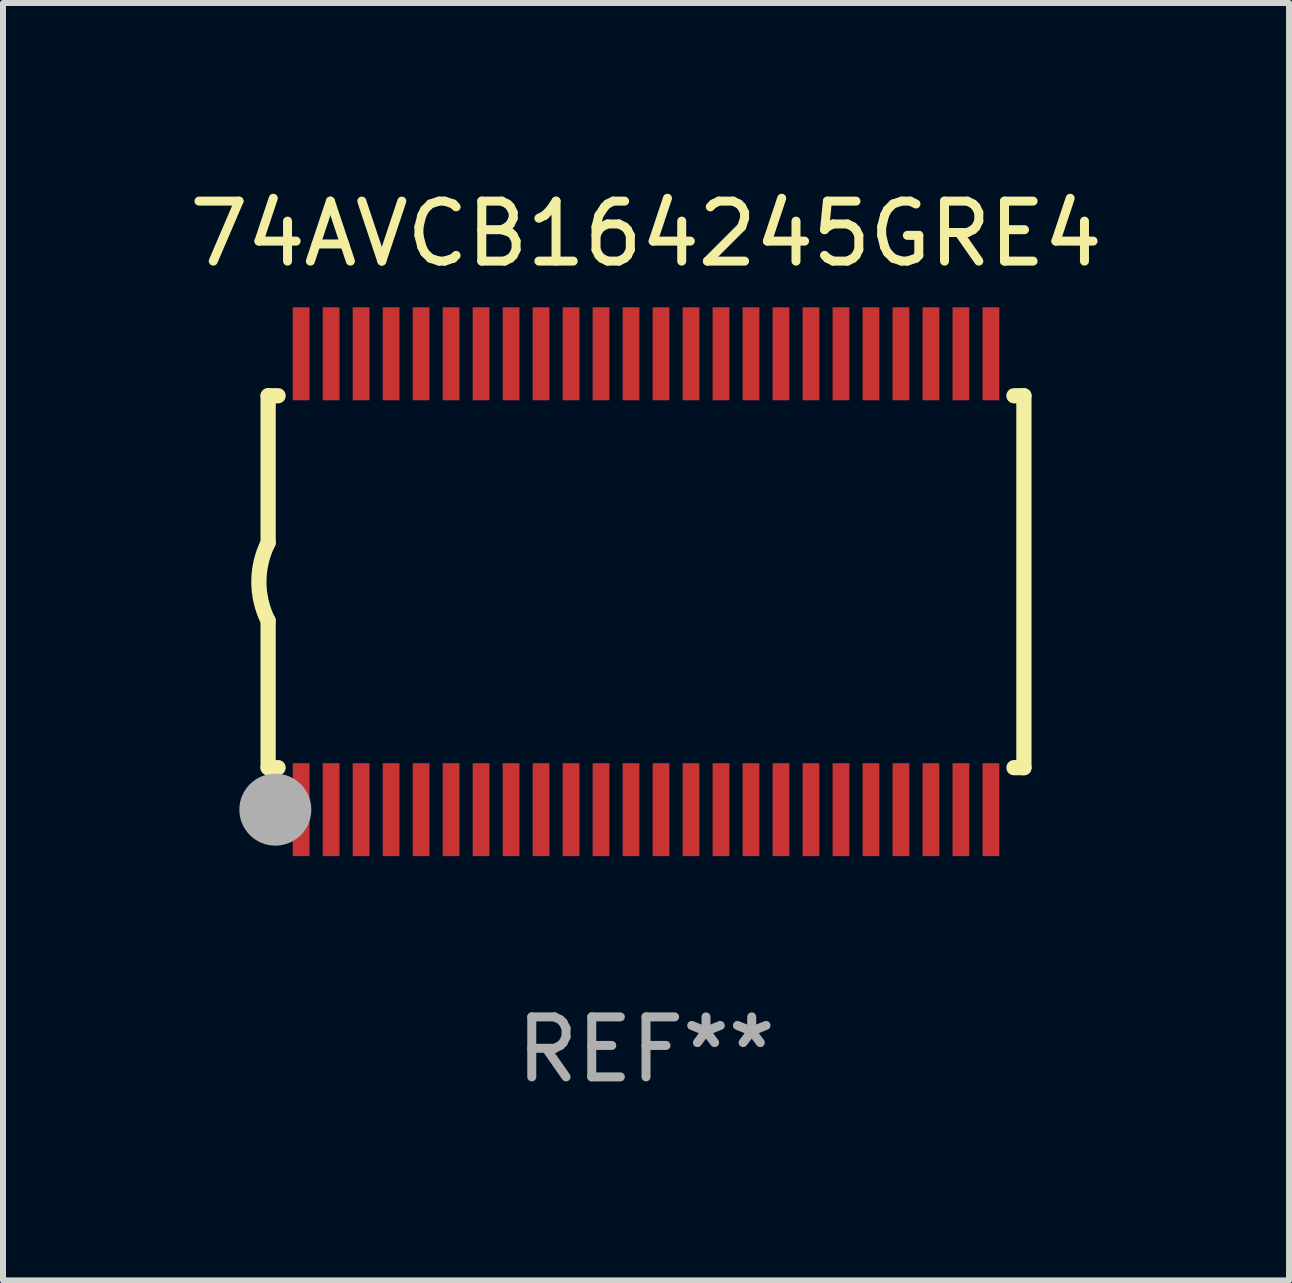
<source format=kicad_pcb>
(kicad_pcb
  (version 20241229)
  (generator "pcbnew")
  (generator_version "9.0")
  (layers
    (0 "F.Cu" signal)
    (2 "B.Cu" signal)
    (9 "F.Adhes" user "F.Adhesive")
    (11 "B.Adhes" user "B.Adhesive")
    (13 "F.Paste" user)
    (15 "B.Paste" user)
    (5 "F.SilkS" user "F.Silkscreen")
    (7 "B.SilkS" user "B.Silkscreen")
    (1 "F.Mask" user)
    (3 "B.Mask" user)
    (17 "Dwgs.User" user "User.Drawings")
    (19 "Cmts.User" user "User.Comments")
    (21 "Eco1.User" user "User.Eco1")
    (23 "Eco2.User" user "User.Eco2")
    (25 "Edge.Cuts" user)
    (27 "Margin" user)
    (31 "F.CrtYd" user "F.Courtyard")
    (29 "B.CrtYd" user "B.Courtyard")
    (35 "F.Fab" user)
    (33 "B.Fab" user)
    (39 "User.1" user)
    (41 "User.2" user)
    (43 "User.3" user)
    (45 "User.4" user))
  (footprint "74AVCB164245GRE4"
    (layer "F.Cu")
    (at 7.72 6.648)
    (property "Reference" "74AVCB164245GRE4" (at 0 -5.8 0) (layer "F.SilkS") (effects (font (size 1 1) (thickness 0.15))))
    (attr through_hole)
    (fp_line (start -6.3 -3.1) (end -6.3 -0.65) (stroke (width 0.254) (type solid)) (layer "F.SilkS"))
    (fp_line (start -6.3 -3.1) (end -6.134 -3.1) (stroke (width 0.254) (type solid)) (layer "F.SilkS"))
    (fp_line (start -6.3 3.1) (end -6.3 0.65) (stroke (width 0.254) (type solid)) (layer "F.SilkS"))
    (fp_line (start -6.3 3.1) (end -6.134 3.1) (stroke (width 0.254) (type solid)) (layer "F.SilkS"))
    (fp_line (start 6.134 -3.1) (end 6.3 -3.1) (stroke (width 0.254) (type solid)) (layer "F.SilkS"))
    (fp_line (start 6.134 3.1) (end 6.3 3.1) (stroke (width 0.254) (type solid)) (layer "F.SilkS"))
    (fp_line (start 6.3 -3.1) (end 6.3 3.1) (stroke (width 0.254) (type solid)) (layer "F.SilkS"))
    (fp_arc (start -6.301016 0.650114) (mid -6.45413 -0.000082) (end -6.3 -0.650038) (stroke (width 0.254001) (type solid)) (layer "F.SilkS"))
    (fp_circle (center -6.35 3.81) (end -6.223 3.81) (stroke (width 0.254) (type solid)) (fill no) (layer "F.SilkS"))
    (fp_circle (center -6.25 4.05) (end -6.22 4.05) (stroke (width 0.06) (type solid)) (fill no) (layer "F.SilkS"))
    (fp_circle (center -6.18 3.8) (end -5.88 3.8) (stroke (width 0.6) (type solid)) (fill no) (layer "F.Fab"))
    (fp_text user "REF**" (at 0 7.8 0) (layer "F.Fab") (effects (font (size 1 1) (thickness 0.15))))
    (pad "1" smd rect (at -5.75 3.8) (size 0.28 1.55) (layers "F.Cu" "F.Mask" "F.Paste"))
    (pad "2" smd rect (at -5.25 3.8) (size 0.28 1.55) (layers "F.Cu" "F.Mask" "F.Paste"))
    (pad "3" smd rect (at -4.75 3.8) (size 0.28 1.55) (layers "F.Cu" "F.Mask" "F.Paste"))
    (pad "4" smd rect (at -4.25 3.8) (size 0.28 1.55) (layers "F.Cu" "F.Mask" "F.Paste"))
    (pad "5" smd rect (at -3.75 3.8) (size 0.28 1.55) (layers "F.Cu" "F.Mask" "F.Paste"))
    (pad "6" smd rect (at -3.25 3.8) (size 0.28 1.55) (layers "F.Cu" "F.Mask" "F.Paste"))
    (pad "7" smd rect (at -2.75 3.8) (size 0.28 1.55) (layers "F.Cu" "F.Mask" "F.Paste"))
    (pad "8" smd rect (at -2.25 3.8) (size 0.28 1.55) (layers "F.Cu" "F.Mask" "F.Paste"))
    (pad "9" smd rect (at -1.75 3.8) (size 0.28 1.55) (layers "F.Cu" "F.Mask" "F.Paste"))
    (pad "10" smd rect (at -1.25 3.8) (size 0.28 1.55) (layers "F.Cu" "F.Mask" "F.Paste"))
    (pad "11" smd rect (at -0.75 3.8) (size 0.28 1.55) (layers "F.Cu" "F.Mask" "F.Paste"))
    (pad "12" smd rect (at -0.25 3.8) (size 0.28 1.55) (layers "F.Cu" "F.Mask" "F.Paste"))
    (pad "13" smd rect (at 0.25 3.8) (size 0.28 1.55) (layers "F.Cu" "F.Mask" "F.Paste"))
    (pad "14" smd rect (at 0.75 3.8) (size 0.28 1.55) (layers "F.Cu" "F.Mask" "F.Paste"))
    (pad "15" smd rect (at 1.25 3.8) (size 0.28 1.55) (layers "F.Cu" "F.Mask" "F.Paste"))
    (pad "16" smd rect (at 1.75 3.8) (size 0.28 1.55) (layers "F.Cu" "F.Mask" "F.Paste"))
    (pad "17" smd rect (at 2.25 3.8) (size 0.28 1.55) (layers "F.Cu" "F.Mask" "F.Paste"))
    (pad "18" smd rect (at 2.75 3.8) (size 0.28 1.55) (layers "F.Cu" "F.Mask" "F.Paste"))
    (pad "19" smd rect (at 3.25 3.8) (size 0.28 1.55) (layers "F.Cu" "F.Mask" "F.Paste"))
    (pad "20" smd rect (at 3.75 3.8) (size 0.28 1.55) (layers "F.Cu" "F.Mask" "F.Paste"))
    (pad "21" smd rect (at 4.25 3.8) (size 0.28 1.55) (layers "F.Cu" "F.Mask" "F.Paste"))
    (pad "22" smd rect (at 4.75 3.8) (size 0.28 1.55) (layers "F.Cu" "F.Mask" "F.Paste"))
    (pad "23" smd rect (at 5.25 3.8) (size 0.28 1.55) (layers "F.Cu" "F.Mask" "F.Paste"))
    (pad "24" smd rect (at 5.75 3.8) (size 0.28 1.55) (layers "F.Cu" "F.Mask" "F.Paste"))
    (pad "25" smd rect (at 5.75 -3.8) (size 0.28 1.55) (layers "F.Cu" "F.Mask" "F.Paste"))
    (pad "26" smd rect (at 5.25 -3.8) (size 0.28 1.55) (layers "F.Cu" "F.Mask" "F.Paste"))
    (pad "27" smd rect (at 4.75 -3.8) (size 0.28 1.55) (layers "F.Cu" "F.Mask" "F.Paste"))
    (pad "28" smd rect (at 4.25 -3.8) (size 0.28 1.55) (layers "F.Cu" "F.Mask" "F.Paste"))
    (pad "29" smd rect (at 3.75 -3.8) (size 0.28 1.55) (layers "F.Cu" "F.Mask" "F.Paste"))
    (pad "30" smd rect (at 3.25 -3.8) (size 0.28 1.55) (layers "F.Cu" "F.Mask" "F.Paste"))
    (pad "31" smd rect (at 2.75 -3.8) (size 0.28 1.55) (layers "F.Cu" "F.Mask" "F.Paste"))
    (pad "32" smd rect (at 2.25 -3.8) (size 0.28 1.55) (layers "F.Cu" "F.Mask" "F.Paste"))
    (pad "33" smd rect (at 1.75 -3.8) (size 0.28 1.55) (layers "F.Cu" "F.Mask" "F.Paste"))
    (pad "34" smd rect (at 1.25 -3.8) (size 0.28 1.55) (layers "F.Cu" "F.Mask" "F.Paste"))
    (pad "35" smd rect (at 0.75 -3.8) (size 0.28 1.55) (layers "F.Cu" "F.Mask" "F.Paste"))
    (pad "36" smd rect (at 0.25 -3.8) (size 0.28 1.55) (layers "F.Cu" "F.Mask" "F.Paste"))
    (pad "37" smd rect (at -0.25 -3.8) (size 0.28 1.55) (layers "F.Cu" "F.Mask" "F.Paste"))
    (pad "38" smd rect (at -0.75 -3.8) (size 0.28 1.55) (layers "F.Cu" "F.Mask" "F.Paste"))
    (pad "39" smd rect (at -1.25 -3.8) (size 0.28 1.55) (layers "F.Cu" "F.Mask" "F.Paste"))
    (pad "40" smd rect (at -1.75 -3.8) (size 0.28 1.55) (layers "F.Cu" "F.Mask" "F.Paste"))
    (pad "41" smd rect (at -2.25 -3.8) (size 0.28 1.55) (layers "F.Cu" "F.Mask" "F.Paste"))
    (pad "42" smd rect (at -2.75 -3.8) (size 0.28 1.55) (layers "F.Cu" "F.Mask" "F.Paste"))
    (pad "43" smd rect (at -3.25 -3.8) (size 0.28 1.55) (layers "F.Cu" "F.Mask" "F.Paste"))
    (pad "44" smd rect (at -3.75 -3.8) (size 0.28 1.55) (layers "F.Cu" "F.Mask" "F.Paste"))
    (pad "45" smd rect (at -4.25 -3.8) (size 0.28 1.55) (layers "F.Cu" "F.Mask" "F.Paste"))
    (pad "46" smd rect (at -4.75 -3.8) (size 0.28 1.55) (layers "F.Cu" "F.Mask" "F.Paste"))
    (pad "47" smd rect (at -5.25 -3.8) (size 0.28 1.55) (layers "F.Cu" "F.Mask" "F.Paste"))
    (pad "48" smd rect (at -5.75 -3.8) (size 0.28 1.55) (layers "F.Cu" "F.Mask" "F.Paste")))
  (gr_rect
    (start -3 -3)
    (end 18.44 18.296)
    (stroke (width 0.1) (type default))
    (fill no)
    (layer "Edge.Cuts")))
</source>
